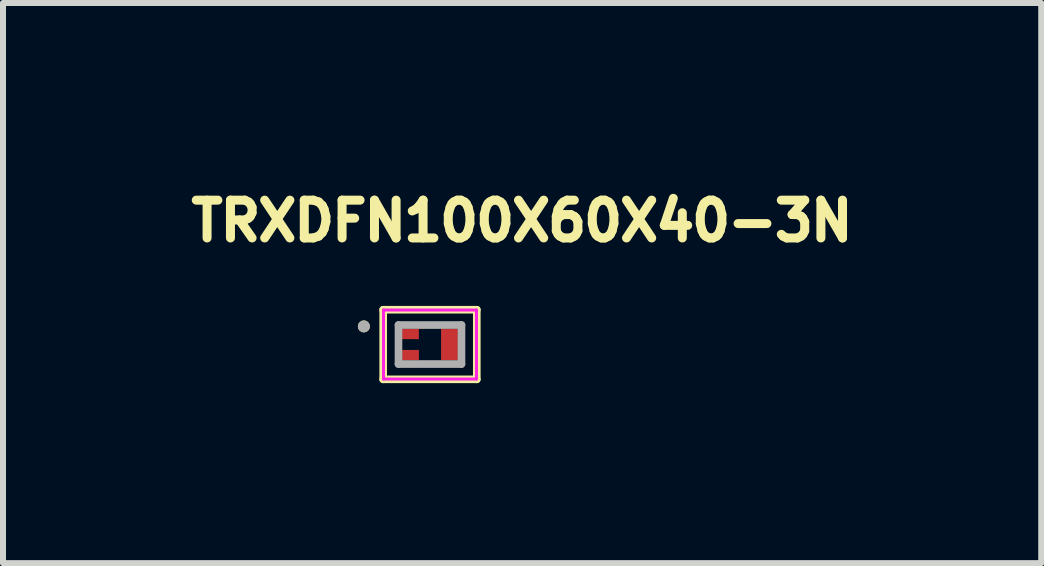
<source format=kicad_pcb>
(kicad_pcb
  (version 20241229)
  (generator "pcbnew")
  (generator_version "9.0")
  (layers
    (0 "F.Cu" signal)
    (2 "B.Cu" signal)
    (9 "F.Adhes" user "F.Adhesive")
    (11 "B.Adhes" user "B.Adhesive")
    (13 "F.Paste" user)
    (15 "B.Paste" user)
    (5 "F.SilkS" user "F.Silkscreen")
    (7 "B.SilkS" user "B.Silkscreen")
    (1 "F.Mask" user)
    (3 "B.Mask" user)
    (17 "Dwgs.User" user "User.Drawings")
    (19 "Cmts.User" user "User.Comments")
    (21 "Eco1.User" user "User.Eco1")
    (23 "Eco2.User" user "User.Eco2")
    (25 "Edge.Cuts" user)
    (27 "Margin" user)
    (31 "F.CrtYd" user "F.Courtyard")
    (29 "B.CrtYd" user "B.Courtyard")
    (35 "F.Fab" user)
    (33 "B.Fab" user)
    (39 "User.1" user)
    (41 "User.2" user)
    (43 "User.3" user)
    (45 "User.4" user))
  (footprint "TRXDFN100X60X40-3N"
    (layer "F.Cu")
    (at 4.116 2.692)
    (property "Reference" "TRXDFN100X60X40-3N" (at 1.535 -2.06 0) (layer "F.SilkS") (effects (font (size 0.63 0.63) (thickness 0.15))))
    (attr smd)
    (fp_line (start -0.78 -0.58) (end 0.78 -0.58) (stroke (width 0.127) (type solid)) (layer "F.SilkS"))
    (fp_line (start -0.78 0.58) (end -0.78 -0.58) (stroke (width 0.127) (type solid)) (layer "F.SilkS"))
    (fp_line (start 0.78 -0.58) (end 0.78 0.58) (stroke (width 0.127) (type solid)) (layer "F.SilkS"))
    (fp_line (start 0.78 0.58) (end -0.78 0.58) (stroke (width 0.127) (type solid)) (layer "F.SilkS"))
    (fp_circle (center -1.102 -0.302) (end -1.052 -0.302) (stroke (width 0.1) (type solid)) (fill no) (layer "F.SilkS"))
    (fp_line (start -0.775 -0.575) (end 0.775 -0.575) (stroke (width 0.05) (type solid)) (layer "F.CrtYd"))
    (fp_line (start -0.775 0.575) (end -0.775 -0.575) (stroke (width 0.05) (type solid)) (layer "F.CrtYd"))
    (fp_line (start 0.775 -0.575) (end 0.775 0.575) (stroke (width 0.05) (type solid)) (layer "F.CrtYd"))
    (fp_line (start 0.775 0.575) (end -0.775 0.575) (stroke (width 0.05) (type solid)) (layer "F.CrtYd"))
    (fp_line (start -0.525 -0.325) (end 0.525 -0.325) (stroke (width 0.127) (type solid)) (layer "F.Fab"))
    (fp_line (start -0.525 0.325) (end -0.525 -0.325) (stroke (width 0.127) (type solid)) (layer "F.Fab"))
    (fp_line (start 0.525 -0.325) (end 0.525 0.325) (stroke (width 0.127) (type solid)) (layer "F.Fab"))
    (fp_line (start 0.525 0.325) (end -0.525 0.325) (stroke (width 0.127) (type solid)) (layer "F.Fab"))
    (fp_circle (center -1.102 -0.302) (end -1.052 -0.302) (stroke (width 0.1) (type solid)) (fill no) (layer "F.Fab"))
    (pad "1" smd rect (at -0.325 -0.175) (size 0.28 0.17) (layers "F.Cu" "F.Mask" "F.Paste"))
    (pad "2" smd rect (at -0.325 0.175) (size 0.28 0.17) (layers "F.Cu" "F.Mask" "F.Paste"))
    (pad "3" smd rect (at 0.325 0) (size 0.28 0.52) (layers "F.Cu" "F.Mask" "F.Paste")))
  (gr_rect
    (start -3 -3)
    (end 14.303 6.335)
    (stroke (width 0.1) (type default))
    (fill no)
    (layer "Edge.Cuts")))
</source>
